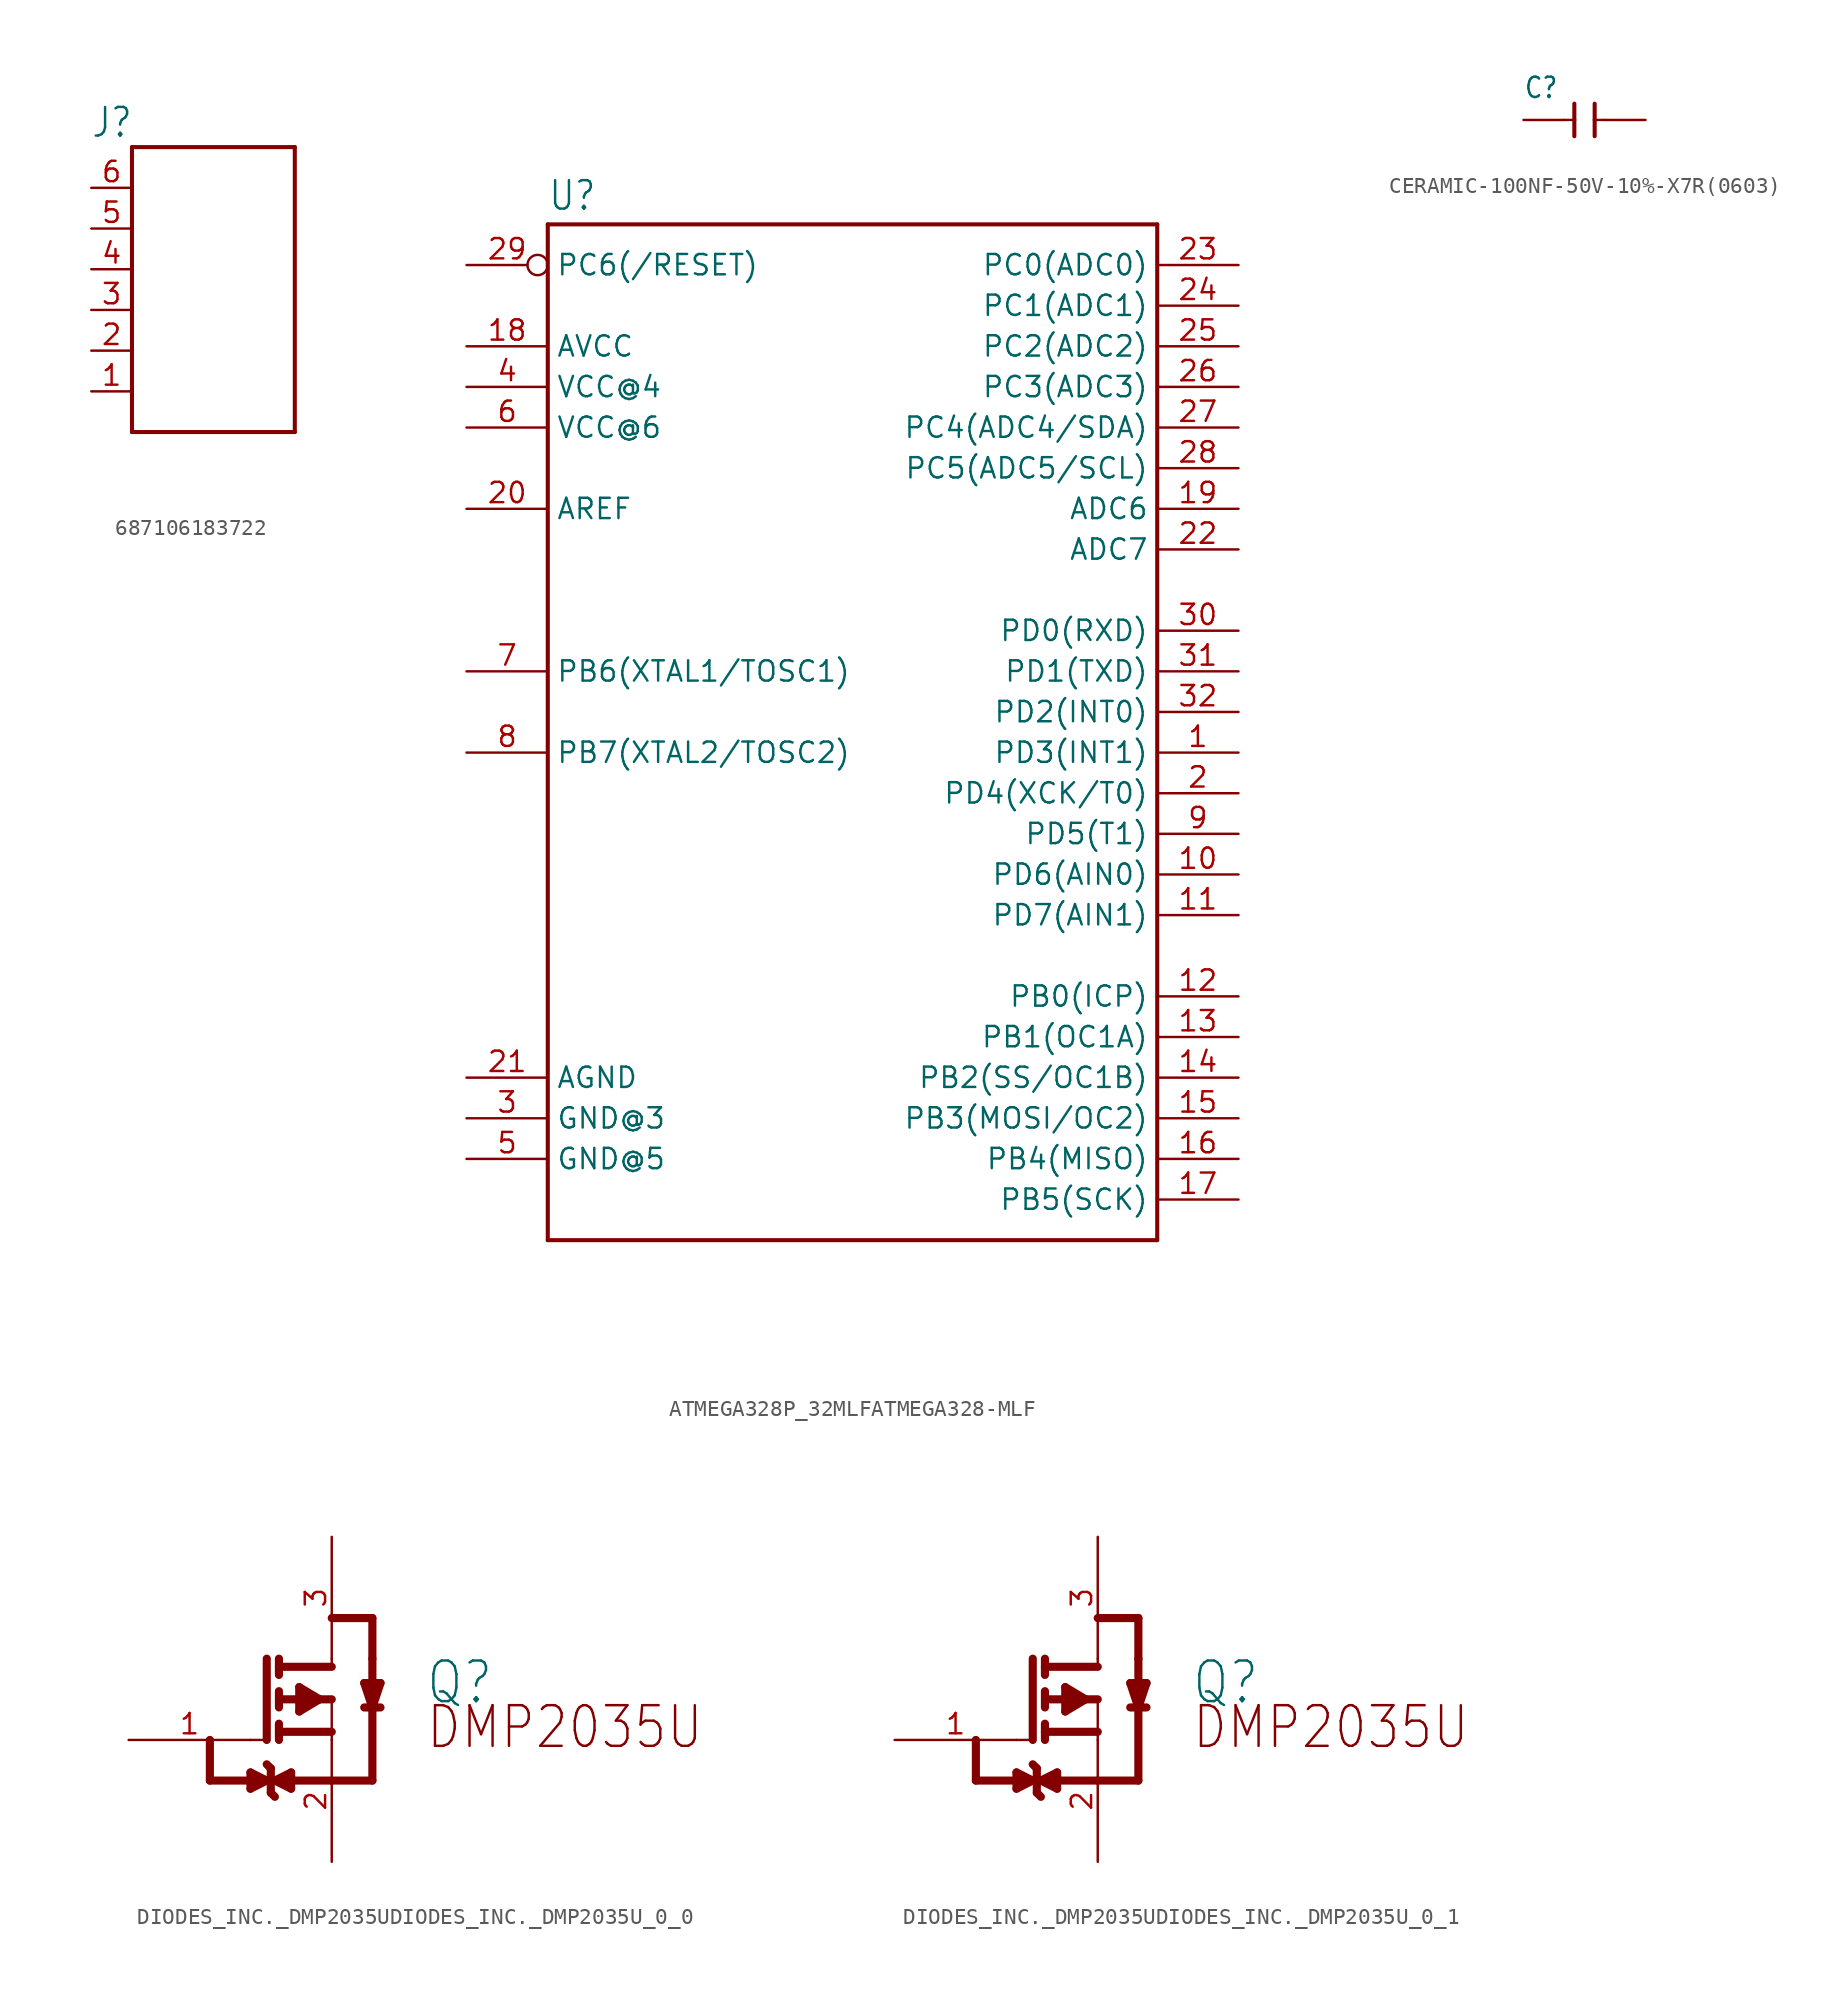
<source format=kicad_sym>
(kicad_symbol_lib
  (version 20220914)
  (generator kicad_symbol_editor)
  (symbol "687106183722"
    (property "Reference" "J"
      (at -7.654 8.116 0)
      (effects (font (size 1.786 1.518)) (justify left bottom)))
    (property "Value" ""
      (at -7.636 -12.727 0)
      (effects (font (size 1.782 1.514)) (justify left bottom)))
    (property "ki_locked" ""
      (at 0 0 0)
      (effects (font (size 1.27 1.27))))
    (symbol "687106183722_1_0"
      (polyline (pts (xy -5.08 -10.16) (xy 5.08 -10.16)) (stroke (width 0.254) (type solid)) (fill (type none)))
      (polyline (pts (xy -5.08 7.62) (xy -5.08 -10.16)) (stroke (width 0.254) (type solid)) (fill (type none)))
      (polyline (pts (xy 5.08 -10.16) (xy 5.08 7.62)) (stroke (width 0.254) (type solid)) (fill (type none)))
      (polyline (pts (xy 5.08 7.62) (xy -5.08 7.62)) (stroke (width 0.254) (type solid)) (fill (type none)))
      (pin passive line (at -7.62 -7.62 0) (length 2.54) (name "6" (effects (font (size 0 0)))) (number "1" (effects (font (size 1.27 1.27)))))
      (pin passive line (at -7.62 -5.08 0) (length 2.54) (name "5" (effects (font (size 0 0)))) (number "2" (effects (font (size 1.27 1.27)))))
      (pin passive line (at -7.62 -2.54 0) (length 2.54) (name "4" (effects (font (size 0 0)))) (number "3" (effects (font (size 1.27 1.27)))))
      (pin passive line (at -7.62 0 0) (length 2.54) (name "3" (effects (font (size 0 0)))) (number "4" (effects (font (size 1.27 1.27)))))
      (pin passive line (at -7.62 2.54 0) (length 2.54) (name "2" (effects (font (size 0 0)))) (number "5" (effects (font (size 1.27 1.27)))))
      (pin passive line (at -7.62 5.08 0) (length 2.54) (name "1" (effects (font (size 0 0)))) (number "6" (effects (font (size 1.27 1.27)))))))
  (symbol "ATMEGA328P_32MLFATMEGA328-MLF"
    (property "Reference" "U"
      (at -20.32 33.782 0)
      (effects (font (size 1.778 1.511)) (justify left bottom)))
    (property "Value" ""
      (at -20.32 -33.02 0)
      (effects (font (size 1.778 1.511)) (justify left bottom)))
    (property "ki_locked" ""
      (at 0 0 0)
      (effects (font (size 1.27 1.27))))
    (symbol "ATMEGA328P_32MLFATMEGA328-MLF_1_0"
      (polyline (pts (xy -20.32 -30.48) (xy -20.32 33.02)) (stroke (width 0.254) (type solid)) (fill (type none)))
      (polyline (pts (xy -20.32 33.02) (xy 17.78 33.02)) (stroke (width 0.254) (type solid)) (fill (type none)))
      (polyline (pts (xy 17.78 -30.48) (xy -20.32 -30.48)) (stroke (width 0.254) (type solid)) (fill (type none)))
      (polyline (pts (xy 17.78 33.02) (xy 17.78 -30.48)) (stroke (width 0.254) (type solid)) (fill (type none)))
      (pin bidirectional line (at 22.86 0 180) (length 5.08) (name "PD3(INT1)" (effects (font (size 1.27 1.27)))) (number "1" (effects (font (size 1.27 1.27)))))
      (pin bidirectional line (at 22.86 -7.62 180) (length 5.08) (name "PD6(AIN0)" (effects (font (size 1.27 1.27)))) (number "10" (effects (font (size 1.27 1.27)))))
      (pin bidirectional line (at 22.86 -10.16 180) (length 5.08) (name "PD7(AIN1)" (effects (font (size 1.27 1.27)))) (number "11" (effects (font (size 1.27 1.27)))))
      (pin bidirectional line (at 22.86 -15.24 180) (length 5.08) (name "PB0(ICP)" (effects (font (size 1.27 1.27)))) (number "12" (effects (font (size 1.27 1.27)))))
      (pin bidirectional line (at 22.86 -17.78 180) (length 5.08) (name "PB1(OC1A)" (effects (font (size 1.27 1.27)))) (number "13" (effects (font (size 1.27 1.27)))))
      (pin bidirectional line (at 22.86 -20.32 180) (length 5.08) (name "PB2(SS/OC1B)" (effects (font (size 1.27 1.27)))) (number "14" (effects (font (size 1.27 1.27)))))
      (pin bidirectional line (at 22.86 -22.86 180) (length 5.08) (name "PB3(MOSI/OC2)" (effects (font (size 1.27 1.27)))) (number "15" (effects (font (size 1.27 1.27)))))
      (pin bidirectional line (at 22.86 -25.4 180) (length 5.08) (name "PB4(MISO)" (effects (font (size 1.27 1.27)))) (number "16" (effects (font (size 1.27 1.27)))))
      (pin bidirectional line (at 22.86 -27.94 180) (length 5.08) (name "PB5(SCK)" (effects (font (size 1.27 1.27)))) (number "17" (effects (font (size 1.27 1.27)))))
      (pin bidirectional line (at -25.4 25.4 0) (length 5.08) (name "AVCC" (effects (font (size 1.27 1.27)))) (number "18" (effects (font (size 1.27 1.27)))))
      (pin bidirectional line (at 22.86 15.24 180) (length 5.08) (name "ADC6" (effects (font (size 1.27 1.27)))) (number "19" (effects (font (size 1.27 1.27)))))
      (pin bidirectional line (at 22.86 -2.54 180) (length 5.08) (name "PD4(XCK/T0)" (effects (font (size 1.27 1.27)))) (number "2" (effects (font (size 1.27 1.27)))))
      (pin bidirectional line (at -25.4 15.24 0) (length 5.08) (name "AREF" (effects (font (size 1.27 1.27)))) (number "20" (effects (font (size 1.27 1.27)))))
      (pin bidirectional line (at -25.4 -20.32 0) (length 5.08) (name "AGND" (effects (font (size 1.27 1.27)))) (number "21" (effects (font (size 1.27 1.27)))))
      (pin bidirectional line (at 22.86 12.7 180) (length 5.08) (name "ADC7" (effects (font (size 1.27 1.27)))) (number "22" (effects (font (size 1.27 1.27)))))
      (pin bidirectional line (at 22.86 30.48 180) (length 5.08) (name "PC0(ADC0)" (effects (font (size 1.27 1.27)))) (number "23" (effects (font (size 1.27 1.27)))))
      (pin bidirectional line (at 22.86 27.94 180) (length 5.08) (name "PC1(ADC1)" (effects (font (size 1.27 1.27)))) (number "24" (effects (font (size 1.27 1.27)))))
      (pin bidirectional line (at 22.86 25.4 180) (length 5.08) (name "PC2(ADC2)" (effects (font (size 1.27 1.27)))) (number "25" (effects (font (size 1.27 1.27)))))
      (pin bidirectional line (at 22.86 22.86 180) (length 5.08) (name "PC3(ADC3)" (effects (font (size 1.27 1.27)))) (number "26" (effects (font (size 1.27 1.27)))))
      (pin bidirectional line (at 22.86 20.32 180) (length 5.08) (name "PC4(ADC4/SDA)" (effects (font (size 1.27 1.27)))) (number "27" (effects (font (size 1.27 1.27)))))
      (pin bidirectional line (at 22.86 17.78 180) (length 5.08) (name "PC5(ADC5/SCL)" (effects (font (size 1.27 1.27)))) (number "28" (effects (font (size 1.27 1.27)))))
      (pin bidirectional inverted (at -25.4 30.48 0) (length 5.08) (name "PC6(/RESET)" (effects (font (size 1.27 1.27)))) (number "29" (effects (font (size 1.27 1.27)))))
      (pin bidirectional line (at -25.4 -22.86 0) (length 5.08) (name "GND@3" (effects (font (size 1.27 1.27)))) (number "3" (effects (font (size 1.27 1.27)))))
      (pin bidirectional line (at 22.86 7.62 180) (length 5.08) (name "PD0(RXD)" (effects (font (size 1.27 1.27)))) (number "30" (effects (font (size 1.27 1.27)))))
      (pin bidirectional line (at 22.86 5.08 180) (length 5.08) (name "PD1(TXD)" (effects (font (size 1.27 1.27)))) (number "31" (effects (font (size 1.27 1.27)))))
      (pin bidirectional line (at 22.86 2.54 180) (length 5.08) (name "PD2(INT0)" (effects (font (size 1.27 1.27)))) (number "32" (effects (font (size 1.27 1.27)))))
      (pin bidirectional line (at -25.4 22.86 0) (length 5.08) (name "VCC@4" (effects (font (size 1.27 1.27)))) (number "4" (effects (font (size 1.27 1.27)))))
      (pin bidirectional line (at -25.4 -25.4 0) (length 5.08) (name "GND@5" (effects (font (size 1.27 1.27)))) (number "5" (effects (font (size 1.27 1.27)))))
      (pin bidirectional line (at -25.4 20.32 0) (length 5.08) (name "VCC@6" (effects (font (size 1.27 1.27)))) (number "6" (effects (font (size 1.27 1.27)))))
      (pin bidirectional line (at -25.4 5.08 0) (length 5.08) (name "PB6(XTAL1/TOSC1)" (effects (font (size 1.27 1.27)))) (number "7" (effects (font (size 1.27 1.27)))))
      (pin bidirectional line (at -25.4 0 0) (length 5.08) (name "PB7(XTAL2/TOSC2)" (effects (font (size 1.27 1.27)))) (number "8" (effects (font (size 1.27 1.27)))))
      (pin bidirectional line (at 22.86 -5.08 180) (length 5.08) (name "PD5(T1)" (effects (font (size 1.27 1.27)))) (number "9" (effects (font (size 1.27 1.27)))))))
  (symbol "CERAMIC-100NF-50V-10%-X7R(0603)"
    (property "Reference" "C"
      (at -3.81 1.27 0)
      (effects (font (size 1.27 1.079)) (justify left bottom)))
    (property "Value" ""
      (at -3.81 -2.54 0)
      (effects (font (size 1.27 1.079)) (justify left bottom)))
    (property "ki_locked" ""
      (at 0 0 0)
      (effects (font (size 1.27 1.27))))
    (symbol "CERAMIC-100NF-50V-10%-X7R(0603)_1_0"
      (polyline (pts (xy -1.27 0) (xy -0.635 0)) (stroke (width 0.152) (type solid)) (fill (type none)))
      (polyline (pts (xy -0.635 -1.016) (xy -0.635 0)) (stroke (width 0.254) (type solid)) (fill (type none)))
      (polyline (pts (xy -0.635 0) (xy -0.635 1.016)) (stroke (width 0.254) (type solid)) (fill (type none)))
      (polyline (pts (xy 0.635 0) (xy 0.635 -1.016)) (stroke (width 0.254) (type solid)) (fill (type none)))
      (polyline (pts (xy 0.635 0) (xy 1.27 0)) (stroke (width 0.152) (type solid)) (fill (type none)))
      (polyline (pts (xy 0.635 1.016) (xy 0.635 0)) (stroke (width 0.254) (type solid)) (fill (type none)))
      (pin passive line (at -3.81 0 0) (length 2.54) (name "1" (effects (font (size 0 0)))) (number "1" (effects (font (size 0 0)))))
      (pin passive line (at 3.81 0 180) (length 2.54) (name "2" (effects (font (size 0 0)))) (number "2" (effects (font (size 0 0)))))))
  (symbol "DIODES_INC._DMP2035UDIODES_INC._DMP2035U_0_0"
    (property "Reference" "Q"
      (at 16.002 -7.62 0)
      (effects (font (size 2.54 2.159)) (justify left top)))
    (property "ki_locked" ""
      (at 0 0 0)
      (effects (font (size 1.27 1.27))))
    (symbol "DIODES_INC._DMP2035UDIODES_INC._DMP2035U_0_0_1_0"
      (polyline (pts (xy 2.54 -15.24) (xy 7.62 -15.24)) (stroke (width 0.508) (type solid)) (fill (type none)))
      (polyline (pts (xy 2.54 -12.7) (xy 2.54 -15.24)) (stroke (width 0.508) (type solid)) (fill (type none)))
      (polyline (pts (xy 5.08 -15.748) (xy 5.08 -15.24)) (stroke (width 0.508) (type solid)) (fill (type none)))
      (polyline (pts (xy 5.08 -15.24) (xy 5.08 -14.732)) (stroke (width 0.508) (type solid)) (fill (type none)))
      (polyline (pts (xy 5.08 -14.732) (xy 6.096 -15.24)) (stroke (width 0.508) (type solid)) (fill (type none)))
      (polyline (pts (xy 5.08 -12.7) (xy 6.096 -12.7)) (stroke (width 0.15) (type solid)) (fill (type none)))
      (polyline (pts (xy 6.096 -15.24) (xy 5.08 -15.748)) (stroke (width 0.508) (type solid)) (fill (type none)))
      (polyline (pts (xy 6.096 -12.7) (xy 6.096 -7.62)) (stroke (width 0.508) (type solid)) (fill (type none)))
      (polyline (pts (xy 6.35 -16.002) (xy 6.604 -16.256)) (stroke (width 0.508) (type solid)) (fill (type none)))
      (polyline (pts (xy 6.35 -14.478) (xy 6.096 -14.224)) (stroke (width 0.508) (type solid)) (fill (type none)))
      (polyline (pts (xy 6.35 -14.478) (xy 6.35 -16.002)) (stroke (width 0.508) (type solid)) (fill (type none)))
      (polyline (pts (xy 6.604 -15.24) (xy 7.62 -15.748)) (stroke (width 0.508) (type solid)) (fill (type none)))
      (polyline (pts (xy 6.858 -12.192) (xy 10.16 -12.192)) (stroke (width 0.508) (type solid)) (fill (type none)))
      (polyline (pts (xy 6.858 -11.684) (xy 6.858 -12.7)) (stroke (width 0.508) (type solid)) (fill (type none)))
      (polyline (pts (xy 6.858 -9.652) (xy 6.858 -10.668)) (stroke (width 0.508) (type solid)) (fill (type none)))
      (polyline (pts (xy 6.858 -8.636) (xy 6.858 -7.62)) (stroke (width 0.508) (type solid)) (fill (type none)))
      (polyline (pts (xy 6.858 -8.128) (xy 10.16 -8.128)) (stroke (width 0.508) (type solid)) (fill (type none)))
      (polyline (pts (xy 7.112 -10.16) (xy 10.16 -10.16)) (stroke (width 0.508) (type solid)) (fill (type none)))
      (polyline (pts (xy 7.62 -15.748) (xy 7.62 -14.986)) (stroke (width 0.508) (type solid)) (fill (type none)))
      (polyline (pts (xy 7.62 -15.24) (xy 7.62 -14.732)) (stroke (width 0.508) (type solid)) (fill (type none)))
      (polyline (pts (xy 7.62 -14.732) (xy 6.604 -15.24)) (stroke (width 0.508) (type solid)) (fill (type none)))
      (polyline (pts (xy 8.128 -9.398) (xy 8.128 -10.922)) (stroke (width 0.508) (type solid)) (fill (type none)))
      (polyline (pts (xy 8.382 -9.906) (xy 8.382 -10.668)) (stroke (width 0.508) (type solid)) (fill (type none)))
      (polyline (pts (xy 9.398 -10.16) (xy 8.128 -10.922)) (stroke (width 0.508) (type solid)) (fill (type none)))
      (polyline (pts (xy 9.398 -10.16) (xy 8.128 -9.398)) (stroke (width 0.508) (type solid)) (fill (type none)))
      (polyline (pts (xy 10.16 -15.24) (xy 7.62 -15.24)) (stroke (width 0.508) (type solid)) (fill (type none)))
      (polyline (pts (xy 10.16 -15.24) (xy 12.7 -15.24)) (stroke (width 0.508) (type solid)) (fill (type none)))
      (polyline (pts (xy 10.16 -12.7) (xy 10.16 -10.16)) (stroke (width 0.15) (type solid)) (fill (type none)))
      (polyline (pts (xy 10.16 -7.62) (xy 10.16 -8.128)) (stroke (width 0.15) (type solid)) (fill (type none)))
      (polyline (pts (xy 10.16 -5.08) (xy 12.7 -5.08)) (stroke (width 0.508) (type solid)) (fill (type none)))
      (polyline (pts (xy 12.192 -9.144) (xy 12.7 -10.668)) (stroke (width 0.508) (type solid)) (fill (type none)))
      (polyline (pts (xy 12.7 -15.24) (xy 12.7 -7.62)) (stroke (width 0.508) (type solid)) (fill (type none)))
      (polyline (pts (xy 12.7 -10.668) (xy 13.208 -9.144)) (stroke (width 0.508) (type solid)) (fill (type none)))
      (polyline (pts (xy 12.7 -9.144) (xy 12.192 -9.144)) (stroke (width 0.508) (type solid)) (fill (type none)))
      (polyline (pts (xy 12.7 -9.144) (xy 12.7 -9.906)) (stroke (width 0.508) (type solid)) (fill (type none)))
      (polyline (pts (xy 12.7 -5.08) (xy 12.7 -7.62)) (stroke (width 0.508) (type solid)) (fill (type none)))
      (polyline (pts (xy 13.208 -10.668) (xy 12.192 -10.668)) (stroke (width 0.508) (type solid)) (fill (type none)))
      (polyline (pts (xy 13.208 -9.144) (xy 12.7 -9.144)) (stroke (width 0.508) (type solid)) (fill (type none)))
      (text "DMP2035U" (at 16.002 -10.414 0) (effects (font (size 2.54 2.159)) (justify left top)))
      (pin passive line (at -2.54 -12.7 0) (length 7.62) (name "G" (effects (font (size 0 0)))) (number "1" (effects (font (size 1.27 1.27)))))
      (pin passive line (at 10.16 -20.32 90) (length 7.62) (name "S" (effects (font (size 0 0)))) (number "2" (effects (font (size 1.27 1.27)))))
      (pin passive line (at 10.16 0 270) (length 7.62) (name "D" (effects (font (size 0 0)))) (number "3" (effects (font (size 1.27 1.27)))))))
  (symbol "DIODES_INC._DMP2035UDIODES_INC._DMP2035U_0_1"
    (property "Reference" "Q"
      (at 16.002 -7.62 0)
      (effects (font (size 2.54 2.159)) (justify left top)))
    (property "ki_locked" ""
      (at 0 0 0)
      (effects (font (size 1.27 1.27))))
    (symbol "DIODES_INC._DMP2035UDIODES_INC._DMP2035U_0_1_1_0"
      (polyline (pts (xy 2.54 -15.24) (xy 7.62 -15.24)) (stroke (width 0.508) (type solid)) (fill (type none)))
      (polyline (pts (xy 2.54 -12.7) (xy 2.54 -15.24)) (stroke (width 0.508) (type solid)) (fill (type none)))
      (polyline (pts (xy 5.08 -15.748) (xy 5.08 -15.24)) (stroke (width 0.508) (type solid)) (fill (type none)))
      (polyline (pts (xy 5.08 -15.24) (xy 5.08 -14.732)) (stroke (width 0.508) (type solid)) (fill (type none)))
      (polyline (pts (xy 5.08 -14.732) (xy 6.096 -15.24)) (stroke (width 0.508) (type solid)) (fill (type none)))
      (polyline (pts (xy 5.08 -12.7) (xy 6.096 -12.7)) (stroke (width 0.15) (type solid)) (fill (type none)))
      (polyline (pts (xy 6.096 -15.24) (xy 5.08 -15.748)) (stroke (width 0.508) (type solid)) (fill (type none)))
      (polyline (pts (xy 6.096 -12.7) (xy 6.096 -7.62)) (stroke (width 0.508) (type solid)) (fill (type none)))
      (polyline (pts (xy 6.35 -16.002) (xy 6.604 -16.256)) (stroke (width 0.508) (type solid)) (fill (type none)))
      (polyline (pts (xy 6.35 -14.478) (xy 6.096 -14.224)) (stroke (width 0.508) (type solid)) (fill (type none)))
      (polyline (pts (xy 6.35 -14.478) (xy 6.35 -16.002)) (stroke (width 0.508) (type solid)) (fill (type none)))
      (polyline (pts (xy 6.604 -15.24) (xy 7.62 -15.748)) (stroke (width 0.508) (type solid)) (fill (type none)))
      (polyline (pts (xy 6.858 -12.192) (xy 10.16 -12.192)) (stroke (width 0.508) (type solid)) (fill (type none)))
      (polyline (pts (xy 6.858 -11.684) (xy 6.858 -12.7)) (stroke (width 0.508) (type solid)) (fill (type none)))
      (polyline (pts (xy 6.858 -9.652) (xy 6.858 -10.668)) (stroke (width 0.508) (type solid)) (fill (type none)))
      (polyline (pts (xy 6.858 -8.636) (xy 6.858 -7.62)) (stroke (width 0.508) (type solid)) (fill (type none)))
      (polyline (pts (xy 6.858 -8.128) (xy 10.16 -8.128)) (stroke (width 0.508) (type solid)) (fill (type none)))
      (polyline (pts (xy 7.112 -10.16) (xy 10.16 -10.16)) (stroke (width 0.508) (type solid)) (fill (type none)))
      (polyline (pts (xy 7.62 -15.748) (xy 7.62 -14.986)) (stroke (width 0.508) (type solid)) (fill (type none)))
      (polyline (pts (xy 7.62 -15.24) (xy 7.62 -14.732)) (stroke (width 0.508) (type solid)) (fill (type none)))
      (polyline (pts (xy 7.62 -14.732) (xy 6.604 -15.24)) (stroke (width 0.508) (type solid)) (fill (type none)))
      (polyline (pts (xy 8.128 -9.398) (xy 8.128 -10.922)) (stroke (width 0.508) (type solid)) (fill (type none)))
      (polyline (pts (xy 8.382 -9.906) (xy 8.382 -10.668)) (stroke (width 0.508) (type solid)) (fill (type none)))
      (polyline (pts (xy 9.398 -10.16) (xy 8.128 -10.922)) (stroke (width 0.508) (type solid)) (fill (type none)))
      (polyline (pts (xy 9.398 -10.16) (xy 8.128 -9.398)) (stroke (width 0.508) (type solid)) (fill (type none)))
      (polyline (pts (xy 10.16 -15.24) (xy 7.62 -15.24)) (stroke (width 0.508) (type solid)) (fill (type none)))
      (polyline (pts (xy 10.16 -15.24) (xy 12.7 -15.24)) (stroke (width 0.508) (type solid)) (fill (type none)))
      (polyline (pts (xy 10.16 -12.7) (xy 10.16 -10.16)) (stroke (width 0.15) (type solid)) (fill (type none)))
      (polyline (pts (xy 10.16 -7.62) (xy 10.16 -8.128)) (stroke (width 0.15) (type solid)) (fill (type none)))
      (polyline (pts (xy 10.16 -5.08) (xy 12.7 -5.08)) (stroke (width 0.508) (type solid)) (fill (type none)))
      (polyline (pts (xy 12.192 -9.144) (xy 12.7 -10.668)) (stroke (width 0.508) (type solid)) (fill (type none)))
      (polyline (pts (xy 12.7 -15.24) (xy 12.7 -7.62)) (stroke (width 0.508) (type solid)) (fill (type none)))
      (polyline (pts (xy 12.7 -10.668) (xy 13.208 -9.144)) (stroke (width 0.508) (type solid)) (fill (type none)))
      (polyline (pts (xy 12.7 -9.144) (xy 12.192 -9.144)) (stroke (width 0.508) (type solid)) (fill (type none)))
      (polyline (pts (xy 12.7 -9.144) (xy 12.7 -9.906)) (stroke (width 0.508) (type solid)) (fill (type none)))
      (polyline (pts (xy 12.7 -5.08) (xy 12.7 -7.62)) (stroke (width 0.508) (type solid)) (fill (type none)))
      (polyline (pts (xy 13.208 -10.668) (xy 12.192 -10.668)) (stroke (width 0.508) (type solid)) (fill (type none)))
      (polyline (pts (xy 13.208 -9.144) (xy 12.7 -9.144)) (stroke (width 0.508) (type solid)) (fill (type none)))
      (text "DMP2035U" (at 16.002 -10.414 0) (effects (font (size 2.54 2.159)) (justify left top)))
      (pin passive line (at -2.54 -12.7 0) (length 7.62) (name "G" (effects (font (size 0 0)))) (number "1" (effects (font (size 1.27 1.27)))))
      (pin passive line (at 10.16 -20.32 90) (length 7.62) (name "S" (effects (font (size 0 0)))) (number "2" (effects (font (size 1.27 1.27)))))
      (pin passive line (at 10.16 0 270) (length 7.62) (name "D" (effects (font (size 0 0)))) (number "3" (effects (font (size 1.27 1.27))))))))
</source>
